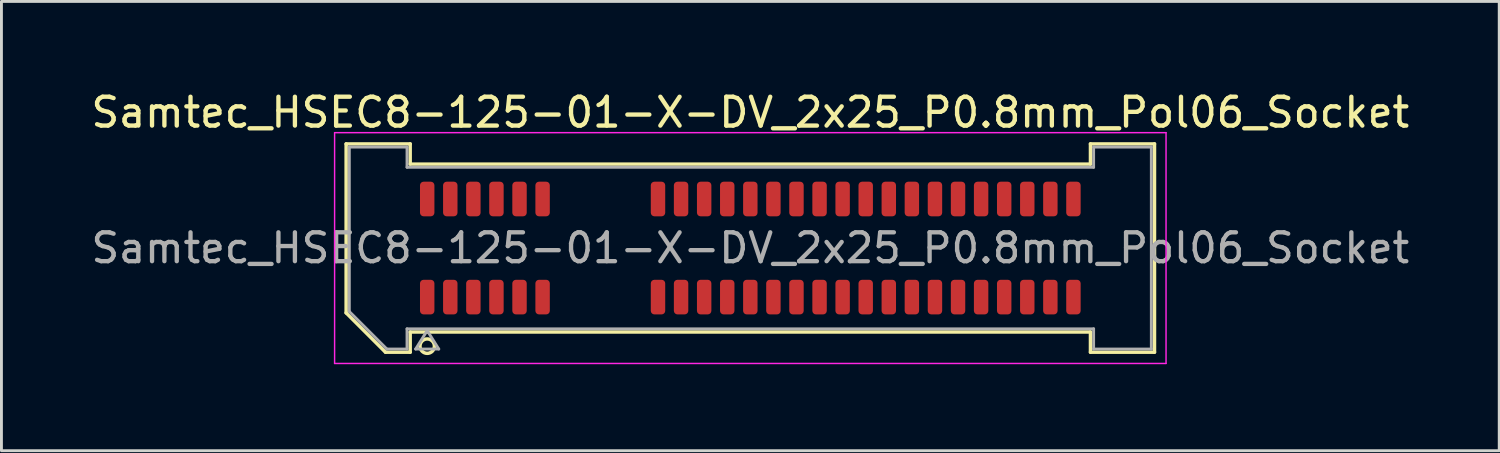
<source format=kicad_pcb>
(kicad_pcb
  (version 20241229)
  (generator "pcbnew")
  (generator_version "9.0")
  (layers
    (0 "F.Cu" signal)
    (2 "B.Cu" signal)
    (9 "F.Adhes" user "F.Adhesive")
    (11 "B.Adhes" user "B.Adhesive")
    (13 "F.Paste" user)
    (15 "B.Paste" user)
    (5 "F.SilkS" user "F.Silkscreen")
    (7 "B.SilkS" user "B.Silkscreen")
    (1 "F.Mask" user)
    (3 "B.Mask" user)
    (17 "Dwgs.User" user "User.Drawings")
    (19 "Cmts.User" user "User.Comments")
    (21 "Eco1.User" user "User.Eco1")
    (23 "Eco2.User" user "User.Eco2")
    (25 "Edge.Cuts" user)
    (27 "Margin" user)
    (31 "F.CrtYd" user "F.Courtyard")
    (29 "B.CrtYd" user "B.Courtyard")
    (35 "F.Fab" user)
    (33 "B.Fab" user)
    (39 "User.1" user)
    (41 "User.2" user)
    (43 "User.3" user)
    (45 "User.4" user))
  (footprint "Samtec_HSEC8-125-01-X-DV_2x25_P0.8mm_Pol06_Socket"
    (layer "F.Cu")
    (at 22.958 5.548)
    (property "Reference" "Samtec_HSEC8-125-01-X-DV_2x25_P0.8mm_Pol06_Socket" (at 0 -4.7 0) (layer "F.SilkS") (effects (font (size 1 1) (thickness 0.15))))
    (attr smd)
    (fp_line (start -14.01 -3.61) (end -11.79 -3.61) (stroke (width 0.12) (type solid)) (layer "F.SilkS"))
    (fp_line (start -14.01 2.246) (end -14.01 -3.61) (stroke (width 0.12) (type solid)) (layer "F.SilkS"))
    (fp_line (start -12.646 3.61) (end -14.01 2.246) (stroke (width 0.12) (type solid)) (layer "F.SilkS"))
    (fp_line (start -11.79 -3.61) (end -11.79 -2.91) (stroke (width 0.12) (type solid)) (layer "F.SilkS"))
    (fp_line (start -11.79 -2.91) (end 11.79 -2.91) (stroke (width 0.12) (type solid)) (layer "F.SilkS"))
    (fp_line (start -11.79 2.91) (end -11.79 3.61) (stroke (width 0.12) (type solid)) (layer "F.SilkS"))
    (fp_line (start -11.79 3.61) (end -12.646 3.61) (stroke (width 0.12) (type solid)) (layer "F.SilkS"))
    (fp_line (start 11.79 -3.61) (end 14.01 -3.61) (stroke (width 0.12) (type solid)) (layer "F.SilkS"))
    (fp_line (start 11.79 -2.91) (end 11.79 -3.61) (stroke (width 0.12) (type solid)) (layer "F.SilkS"))
    (fp_line (start 11.79 2.91) (end -11.79 2.91) (stroke (width 0.12) (type solid)) (layer "F.SilkS"))
    (fp_line (start 11.79 3.61) (end 11.79 2.91) (stroke (width 0.12) (type solid)) (layer "F.SilkS"))
    (fp_line (start 14.01 -3.61) (end 14.01 3.61) (stroke (width 0.12) (type solid)) (layer "F.SilkS"))
    (fp_line (start 14.01 3.61) (end 11.79 3.61) (stroke (width 0.12) (type solid)) (layer "F.SilkS"))
    (fp_arc (start -10.95 3.4) (mid -11.45 3.4) (end -10.95 3.4) (stroke (width 0.12) (type solid)) (layer "F.SilkS"))
    (fp_line (start -14.41 -4) (end -14.41 4) (stroke (width 0.05) (type solid)) (layer "F.CrtYd"))
    (fp_line (start -14.41 4) (end 14.41 4) (stroke (width 0.05) (type solid)) (layer "F.CrtYd"))
    (fp_line (start 14.41 -4) (end -14.41 -4) (stroke (width 0.05) (type solid)) (layer "F.CrtYd"))
    (fp_line (start 14.41 4) (end 14.41 -4) (stroke (width 0.05) (type solid)) (layer "F.CrtYd"))
    (fp_line (start -13.9 -3.5) (end -11.9 -3.5) (stroke (width 0.1) (type solid)) (layer "F.Fab"))
    (fp_line (start -13.9 2.2) (end -13.9 -3.5) (stroke (width 0.1) (type solid)) (layer "F.Fab"))
    (fp_line (start -12.6 3.5) (end -13.9 2.2) (stroke (width 0.1) (type solid)) (layer "F.Fab"))
    (fp_line (start -11.9 -3.5) (end -11.9 -2.8) (stroke (width 0.1) (type solid)) (layer "F.Fab"))
    (fp_line (start -11.9 -2.8) (end 11.9 -2.8) (stroke (width 0.1) (type solid)) (layer "F.Fab"))
    (fp_line (start -11.9 2.8) (end -11.9 3.5) (stroke (width 0.1) (type solid)) (layer "F.Fab"))
    (fp_line (start -11.9 3.5) (end -12.6 3.5) (stroke (width 0.1) (type solid)) (layer "F.Fab"))
    (fp_line (start -11.6 3.5) (end -11.2 2.86) (stroke (width 0.1) (type solid)) (layer "F.Fab"))
    (fp_line (start -11.2 2.86) (end -10.8 3.5) (stroke (width 0.1) (type solid)) (layer "F.Fab"))
    (fp_line (start -10.8 3.5) (end -11.6 3.5) (stroke (width 0.1) (type solid)) (layer "F.Fab"))
    (fp_line (start 11.9 -3.5) (end 13.9 -3.5) (stroke (width 0.1) (type solid)) (layer "F.Fab"))
    (fp_line (start 11.9 -2.8) (end 11.9 -3.5) (stroke (width 0.1) (type solid)) (layer "F.Fab"))
    (fp_line (start 11.9 2.8) (end -11.9 2.8) (stroke (width 0.1) (type solid)) (layer "F.Fab"))
    (fp_line (start 11.9 3.5) (end 11.9 2.8) (stroke (width 0.1) (type solid)) (layer "F.Fab"))
    (fp_line (start 13.9 -3.5) (end 13.9 3.5) (stroke (width 0.1) (type solid)) (layer "F.Fab"))
    (fp_line (start 13.9 3.5) (end 11.9 3.5) (stroke (width 0.1) (type solid)) (layer "F.Fab"))
    (fp_text user "${REFERENCE}" (at 0 0 0) (layer "F.Fab") (effects (font (size 1 1) (thickness 0.15))))
    (pad "1" smd roundrect (at -11.2 1.7) (size 0.5 1.2) (layers "F.Cu" "F.Mask" "F.Paste") (roundrect_rratio 0.25))
    (pad "2" smd roundrect (at -11.2 -1.7) (size 0.5 1.2) (layers "F.Cu" "F.Mask" "F.Paste") (roundrect_rratio 0.25))
    (pad "3" smd roundrect (at -10.4 1.7) (size 0.5 1.2) (layers "F.Cu" "F.Mask" "F.Paste") (roundrect_rratio 0.25))
    (pad "4" smd roundrect (at -10.4 -1.7) (size 0.5 1.2) (layers "F.Cu" "F.Mask" "F.Paste") (roundrect_rratio 0.25))
    (pad "5" smd roundrect (at -9.6 1.7) (size 0.5 1.2) (layers "F.Cu" "F.Mask" "F.Paste") (roundrect_rratio 0.25))
    (pad "6" smd roundrect (at -9.6 -1.7) (size 0.5 1.2) (layers "F.Cu" "F.Mask" "F.Paste") (roundrect_rratio 0.25))
    (pad "7" smd roundrect (at -8.8 1.7) (size 0.5 1.2) (layers "F.Cu" "F.Mask" "F.Paste") (roundrect_rratio 0.25))
    (pad "8" smd roundrect (at -8.8 -1.7) (size 0.5 1.2) (layers "F.Cu" "F.Mask" "F.Paste") (roundrect_rratio 0.25))
    (pad "9" smd roundrect (at -8 1.7) (size 0.5 1.2) (layers "F.Cu" "F.Mask" "F.Paste") (roundrect_rratio 0.25))
    (pad "10" smd roundrect (at -8 -1.7) (size 0.5 1.2) (layers "F.Cu" "F.Mask" "F.Paste") (roundrect_rratio 0.25))
    (pad "11" smd roundrect (at -7.2 1.7) (size 0.5 1.2) (layers "F.Cu" "F.Mask" "F.Paste") (roundrect_rratio 0.25))
    (pad "12" smd roundrect (at -7.2 -1.7) (size 0.5 1.2) (layers "F.Cu" "F.Mask" "F.Paste") (roundrect_rratio 0.25))
    (pad "13" smd roundrect (at -3.2 1.7) (size 0.5 1.2) (layers "F.Cu" "F.Mask" "F.Paste") (roundrect_rratio 0.25))
    (pad "14" smd roundrect (at -3.2 -1.7) (size 0.5 1.2) (layers "F.Cu" "F.Mask" "F.Paste") (roundrect_rratio 0.25))
    (pad "15" smd roundrect (at -2.4 1.7) (size 0.5 1.2) (layers "F.Cu" "F.Mask" "F.Paste") (roundrect_rratio 0.25))
    (pad "16" smd roundrect (at -2.4 -1.7) (size 0.5 1.2) (layers "F.Cu" "F.Mask" "F.Paste") (roundrect_rratio 0.25))
    (pad "17" smd roundrect (at -1.6 1.7) (size 0.5 1.2) (layers "F.Cu" "F.Mask" "F.Paste") (roundrect_rratio 0.25))
    (pad "18" smd roundrect (at -1.6 -1.7) (size 0.5 1.2) (layers "F.Cu" "F.Mask" "F.Paste") (roundrect_rratio 0.25))
    (pad "19" smd roundrect (at -0.8 1.7) (size 0.5 1.2) (layers "F.Cu" "F.Mask" "F.Paste") (roundrect_rratio 0.25))
    (pad "20" smd roundrect (at -0.8 -1.7) (size 0.5 1.2) (layers "F.Cu" "F.Mask" "F.Paste") (roundrect_rratio 0.25))
    (pad "21" smd roundrect (at 0 1.7) (size 0.5 1.2) (layers "F.Cu" "F.Mask" "F.Paste") (roundrect_rratio 0.25))
    (pad "22" smd roundrect (at 0 -1.7) (size 0.5 1.2) (layers "F.Cu" "F.Mask" "F.Paste") (roundrect_rratio 0.25))
    (pad "23" smd roundrect (at 0.8 1.7) (size 0.5 1.2) (layers "F.Cu" "F.Mask" "F.Paste") (roundrect_rratio 0.25))
    (pad "24" smd roundrect (at 0.8 -1.7) (size 0.5 1.2) (layers "F.Cu" "F.Mask" "F.Paste") (roundrect_rratio 0.25))
    (pad "25" smd roundrect (at 1.6 1.7) (size 0.5 1.2) (layers "F.Cu" "F.Mask" "F.Paste") (roundrect_rratio 0.25))
    (pad "26" smd roundrect (at 1.6 -1.7) (size 0.5 1.2) (layers "F.Cu" "F.Mask" "F.Paste") (roundrect_rratio 0.25))
    (pad "27" smd roundrect (at 2.4 1.7) (size 0.5 1.2) (layers "F.Cu" "F.Mask" "F.Paste") (roundrect_rratio 0.25))
    (pad "28" smd roundrect (at 2.4 -1.7) (size 0.5 1.2) (layers "F.Cu" "F.Mask" "F.Paste") (roundrect_rratio 0.25))
    (pad "29" smd roundrect (at 3.2 1.7) (size 0.5 1.2) (layers "F.Cu" "F.Mask" "F.Paste") (roundrect_rratio 0.25))
    (pad "30" smd roundrect (at 3.2 -1.7) (size 0.5 1.2) (layers "F.Cu" "F.Mask" "F.Paste") (roundrect_rratio 0.25))
    (pad "31" smd roundrect (at 4 1.7) (size 0.5 1.2) (layers "F.Cu" "F.Mask" "F.Paste") (roundrect_rratio 0.25))
    (pad "32" smd roundrect (at 4 -1.7) (size 0.5 1.2) (layers "F.Cu" "F.Mask" "F.Paste") (roundrect_rratio 0.25))
    (pad "33" smd roundrect (at 4.8 1.7) (size 0.5 1.2) (layers "F.Cu" "F.Mask" "F.Paste") (roundrect_rratio 0.25))
    (pad "34" smd roundrect (at 4.8 -1.7) (size 0.5 1.2) (layers "F.Cu" "F.Mask" "F.Paste") (roundrect_rratio 0.25))
    (pad "35" smd roundrect (at 5.6 1.7) (size 0.5 1.2) (layers "F.Cu" "F.Mask" "F.Paste") (roundrect_rratio 0.25))
    (pad "36" smd roundrect (at 5.6 -1.7) (size 0.5 1.2) (layers "F.Cu" "F.Mask" "F.Paste") (roundrect_rratio 0.25))
    (pad "37" smd roundrect (at 6.4 1.7) (size 0.5 1.2) (layers "F.Cu" "F.Mask" "F.Paste") (roundrect_rratio 0.25))
    (pad "38" smd roundrect (at 6.4 -1.7) (size 0.5 1.2) (layers "F.Cu" "F.Mask" "F.Paste") (roundrect_rratio 0.25))
    (pad "39" smd roundrect (at 7.2 1.7) (size 0.5 1.2) (layers "F.Cu" "F.Mask" "F.Paste") (roundrect_rratio 0.25))
    (pad "40" smd roundrect (at 7.2 -1.7) (size 0.5 1.2) (layers "F.Cu" "F.Mask" "F.Paste") (roundrect_rratio 0.25))
    (pad "41" smd roundrect (at 8 1.7) (size 0.5 1.2) (layers "F.Cu" "F.Mask" "F.Paste") (roundrect_rratio 0.25))
    (pad "42" smd roundrect (at 8 -1.7) (size 0.5 1.2) (layers "F.Cu" "F.Mask" "F.Paste") (roundrect_rratio 0.25))
    (pad "43" smd roundrect (at 8.8 1.7) (size 0.5 1.2) (layers "F.Cu" "F.Mask" "F.Paste") (roundrect_rratio 0.25))
    (pad "44" smd roundrect (at 8.8 -1.7) (size 0.5 1.2) (layers "F.Cu" "F.Mask" "F.Paste") (roundrect_rratio 0.25))
    (pad "45" smd roundrect (at 9.6 1.7) (size 0.5 1.2) (layers "F.Cu" "F.Mask" "F.Paste") (roundrect_rratio 0.25))
    (pad "46" smd roundrect (at 9.6 -1.7) (size 0.5 1.2) (layers "F.Cu" "F.Mask" "F.Paste") (roundrect_rratio 0.25))
    (pad "47" smd roundrect (at 10.4 1.7) (size 0.5 1.2) (layers "F.Cu" "F.Mask" "F.Paste") (roundrect_rratio 0.25))
    (pad "48" smd roundrect (at 10.4 -1.7) (size 0.5 1.2) (layers "F.Cu" "F.Mask" "F.Paste") (roundrect_rratio 0.25))
    (pad "49" smd roundrect (at 11.2 1.7) (size 0.5 1.2) (layers "F.Cu" "F.Mask" "F.Paste") (roundrect_rratio 0.25))
    (pad "50" smd roundrect (at 11.2 -1.7) (size 0.5 1.2) (layers "F.Cu" "F.Mask" "F.Paste") (roundrect_rratio 0.25)))
  (gr_rect
    (start -3 -3)
    (end 48.917 12.573)
    (stroke (width 0.1) (type default))
    (fill no)
    (layer "Edge.Cuts")))
</source>
